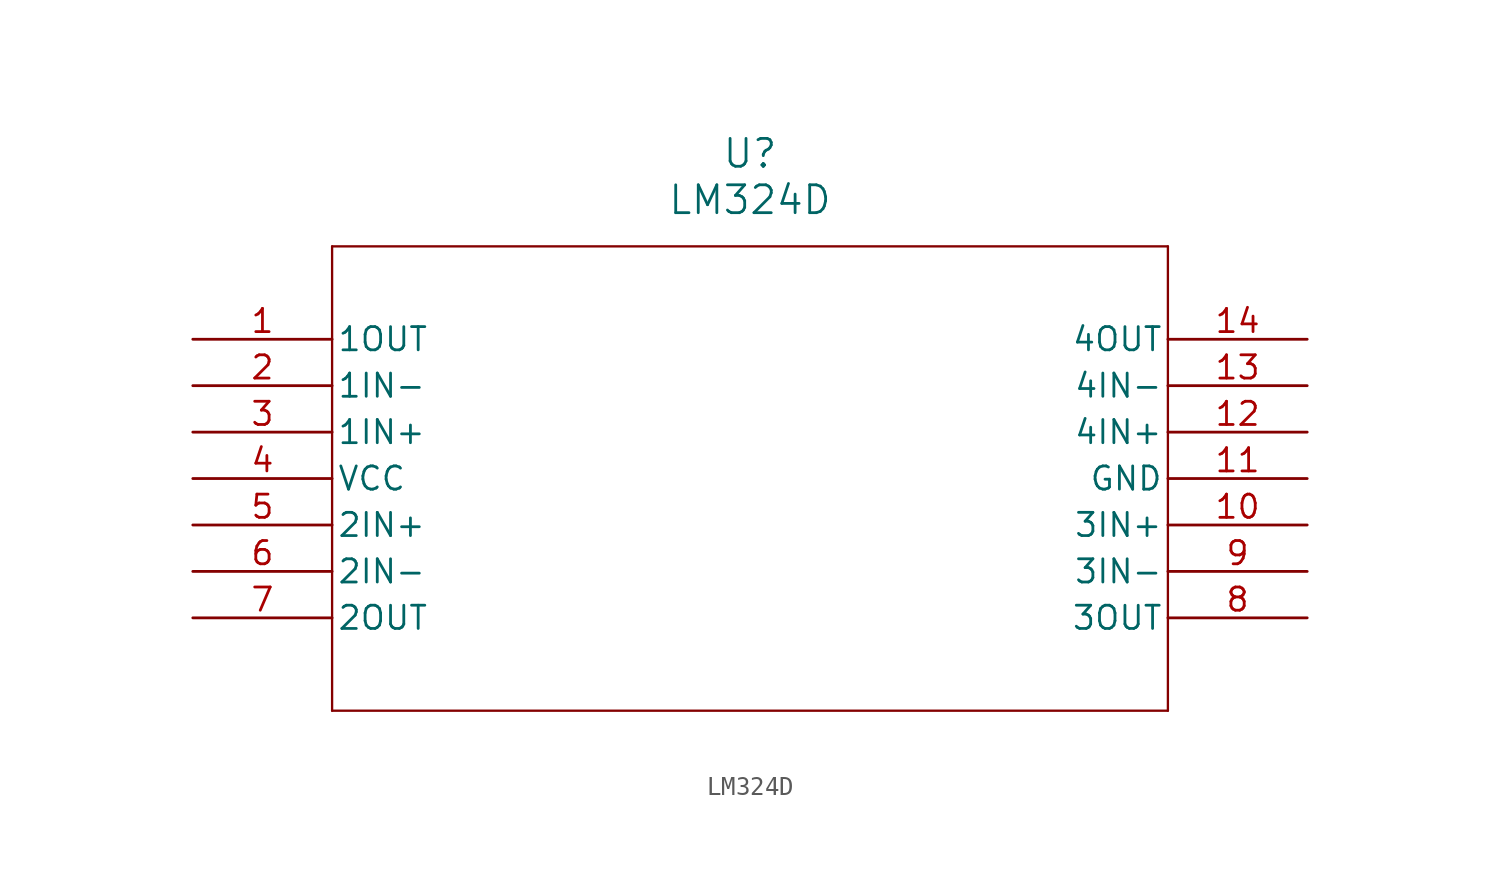
<source format=kicad_sym>
(kicad_symbol_lib
  (version 20211014)
  (generator kicad_symbol_editor)
  (symbol "LM324D"
    (pin_names
      (offset 0.254))
    (property "Reference" "U"
      (at 30.48 10.16 0)
      (effects (font (size 1.524 1.524))))
    (property "Value" "LM324D"
      (at 30.48 7.62 0)
      (effects (font (size 1.524 1.524))))
    (symbol "LM324D_0_1"
      (polyline (pts (xy 7.62 5.08) (xy 7.62 -20.32)) (stroke (width 0.127) (type default) (color 0 0 0 0)) (fill (type none)))
      (polyline (pts (xy 7.62 -20.32) (xy 53.34 -20.32)) (stroke (width 0.127) (type default) (color 0 0 0 0)) (fill (type none)))
      (polyline (pts (xy 53.34 -20.32) (xy 53.34 5.08)) (stroke (width 0.127) (type default) (color 0 0 0 0)) (fill (type none)))
      (polyline (pts (xy 53.34 5.08) (xy 7.62 5.08)) (stroke (width 0.127) (type default) (color 0 0 0 0)) (fill (type none)))
      (pin output line (at 0 0 0) (length 7.62) (name "1OUT" (effects (font (size 1.27 1.27)))) (number "1" (effects (font (size 1.27 1.27)))))
      (pin input line (at 0 -2.54 0) (length 7.62) (name "1IN-" (effects (font (size 1.27 1.27)))) (number "2" (effects (font (size 1.27 1.27)))))
      (pin input line (at 0 -5.08 0) (length 7.62) (name "1IN+" (effects (font (size 1.27 1.27)))) (number "3" (effects (font (size 1.27 1.27)))))
      (pin power_in line (at 0 -7.62 0) (length 7.62) (name "VCC" (effects (font (size 1.27 1.27)))) (number "4" (effects (font (size 1.27 1.27)))))
      (pin input line (at 0 -10.16 0) (length 7.62) (name "2IN+" (effects (font (size 1.27 1.27)))) (number "5" (effects (font (size 1.27 1.27)))))
      (pin input line (at 0 -12.7 0) (length 7.62) (name "2IN-" (effects (font (size 1.27 1.27)))) (number "6" (effects (font (size 1.27 1.27)))))
      (pin output line (at 0 -15.24 0) (length 7.62) (name "2OUT" (effects (font (size 1.27 1.27)))) (number "7" (effects (font (size 1.27 1.27)))))
      (pin output line (at 60.96 -15.24 180) (length 7.62) (name "3OUT" (effects (font (size 1.27 1.27)))) (number "8" (effects (font (size 1.27 1.27)))))
      (pin input line (at 60.96 -12.7 180) (length 7.62) (name "3IN-" (effects (font (size 1.27 1.27)))) (number "9" (effects (font (size 1.27 1.27)))))
      (pin input line (at 60.96 -10.16 180) (length 7.62) (name "3IN+" (effects (font (size 1.27 1.27)))) (number "10" (effects (font (size 1.27 1.27)))))
      (pin power_in line (at 60.96 -7.62 180) (length 7.62) (name "GND" (effects (font (size 1.27 1.27)))) (number "11" (effects (font (size 1.27 1.27)))))
      (pin input line (at 60.96 -5.08 180) (length 7.62) (name "4IN+" (effects (font (size 1.27 1.27)))) (number "12" (effects (font (size 1.27 1.27)))))
      (pin input line (at 60.96 -2.54 180) (length 7.62) (name "4IN-" (effects (font (size 1.27 1.27)))) (number "13" (effects (font (size 1.27 1.27)))))
      (pin output line (at 60.96 0 180) (length 7.62) (name "4OUT" (effects (font (size 1.27 1.27)))) (number "14" (effects (font (size 1.27 1.27))))))))
</source>
